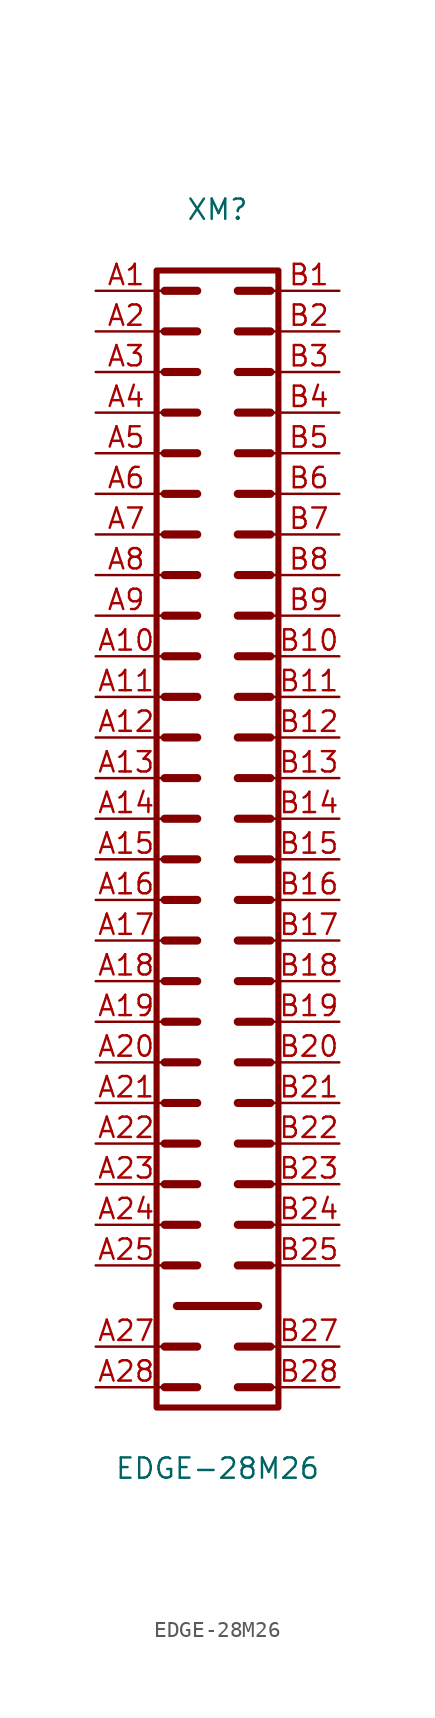
<source format=kicad_sym>
(kicad_symbol_lib
  (version 20231120)
  (generator "kicad_symbol_editor")
  (generator_version "8.0")
  (symbol "EDGE-28M26"
    (pin_names
      (offset 1.016))
    (property "Reference" "XM"
      (at 0 39.37 0)
      (effects (font (size 1.27 1.27))))
    (property "Value" "EDGE-28M26"
      (at 0 -39.37 0)
      (effects (font (size 1.27 1.27))))
    (symbol "EDGE-28M26_0_0"
      (polyline (pts (xy -2.54 -29.21) (xy 2.54 -29.21)) (stroke (width 0.508) (type default)) (fill (type none))))
    (symbol "EDGE-28M26_0_1"
      (rectangle (start -3.81 35.56) (end 3.81 -35.56) (stroke (width 0.381) (type default)) (fill (type none)))
      (polyline (pts (xy -3.81 -34.29) (xy -3.302 -34.29)) (stroke (width 0) (type default)) (fill (type none)))
      (polyline (pts (xy -3.81 -31.75) (xy -3.302 -31.75)) (stroke (width 0) (type default)) (fill (type none)))
      (polyline (pts (xy -3.81 -26.67) (xy -3.302 -26.67)) (stroke (width 0) (type default)) (fill (type none)))
      (polyline (pts (xy -3.81 -24.13) (xy -3.302 -24.13)) (stroke (width 0) (type default)) (fill (type none)))
      (polyline (pts (xy -3.81 -21.59) (xy -3.302 -21.59)) (stroke (width 0) (type default)) (fill (type none)))
      (polyline (pts (xy -3.81 -19.05) (xy -3.302 -19.05)) (stroke (width 0) (type default)) (fill (type none)))
      (polyline (pts (xy -3.81 -16.51) (xy -3.302 -16.51)) (stroke (width 0) (type default)) (fill (type none)))
      (polyline (pts (xy -3.81 -13.97) (xy -3.302 -13.97)) (stroke (width 0) (type default)) (fill (type none)))
      (polyline (pts (xy -3.81 -11.43) (xy -3.302 -11.43)) (stroke (width 0) (type default)) (fill (type none)))
      (polyline (pts (xy -3.81 -8.89) (xy -3.302 -8.89)) (stroke (width 0) (type default)) (fill (type none)))
      (polyline (pts (xy -3.81 -6.35) (xy -3.302 -6.35)) (stroke (width 0) (type default)) (fill (type none)))
      (polyline (pts (xy -3.81 -3.81) (xy -3.302 -3.81)) (stroke (width 0) (type default)) (fill (type none)))
      (polyline (pts (xy -3.81 -1.27) (xy -3.302 -1.27)) (stroke (width 0) (type default)) (fill (type none)))
      (polyline (pts (xy -3.81 1.27) (xy -3.302 1.27)) (stroke (width 0) (type default)) (fill (type none)))
      (polyline (pts (xy -3.81 3.81) (xy -3.302 3.81)) (stroke (width 0) (type default)) (fill (type none)))
      (polyline (pts (xy -3.81 6.35) (xy -3.302 6.35)) (stroke (width 0) (type default)) (fill (type none)))
      (polyline (pts (xy -3.81 8.89) (xy -3.302 8.89)) (stroke (width 0) (type default)) (fill (type none)))
      (polyline (pts (xy -3.81 11.43) (xy -3.302 11.43)) (stroke (width 0) (type default)) (fill (type none)))
      (polyline (pts (xy -3.81 13.97) (xy -3.302 13.97)) (stroke (width 0) (type default)) (fill (type none)))
      (polyline (pts (xy -3.81 16.51) (xy -3.302 16.51)) (stroke (width 0) (type default)) (fill (type none)))
      (polyline (pts (xy -3.81 19.05) (xy -3.302 19.05)) (stroke (width 0) (type default)) (fill (type none)))
      (polyline (pts (xy -3.81 21.59) (xy -3.302 21.59)) (stroke (width 0) (type default)) (fill (type none)))
      (polyline (pts (xy -3.81 24.13) (xy -3.302 24.13)) (stroke (width 0) (type default)) (fill (type none)))
      (polyline (pts (xy -3.81 26.67) (xy -3.302 26.67)) (stroke (width 0) (type default)) (fill (type none)))
      (polyline (pts (xy -3.81 29.21) (xy -3.302 29.21)) (stroke (width 0) (type default)) (fill (type none)))
      (polyline (pts (xy -3.81 31.75) (xy -3.302 31.75)) (stroke (width 0) (type default)) (fill (type none)))
      (polyline (pts (xy -3.81 34.29) (xy -3.302 34.29)) (stroke (width 0) (type default)) (fill (type none)))
      (polyline (pts (xy -3.302 -34.29) (xy -1.27 -34.29)) (stroke (width 0.508) (type default)) (fill (type none)))
      (polyline (pts (xy -3.302 -31.75) (xy -1.27 -31.75)) (stroke (width 0.508) (type default)) (fill (type none)))
      (polyline (pts (xy -3.302 -26.67) (xy -1.27 -26.67)) (stroke (width 0.508) (type default)) (fill (type none)))
      (polyline (pts (xy -3.302 -24.13) (xy -1.27 -24.13)) (stroke (width 0.508) (type default)) (fill (type none)))
      (polyline (pts (xy -3.302 -21.59) (xy -1.27 -21.59)) (stroke (width 0.508) (type default)) (fill (type none)))
      (polyline (pts (xy -3.302 -19.05) (xy -1.27 -19.05)) (stroke (width 0.508) (type default)) (fill (type none)))
      (polyline (pts (xy -3.302 -16.51) (xy -1.27 -16.51)) (stroke (width 0.508) (type default)) (fill (type none)))
      (polyline (pts (xy -3.302 -13.97) (xy -1.27 -13.97)) (stroke (width 0.508) (type default)) (fill (type none)))
      (polyline (pts (xy -3.302 -11.43) (xy -1.27 -11.43)) (stroke (width 0.508) (type default)) (fill (type none)))
      (polyline (pts (xy -3.302 -8.89) (xy -1.27 -8.89)) (stroke (width 0.508) (type default)) (fill (type none)))
      (polyline (pts (xy -3.302 -6.35) (xy -1.27 -6.35)) (stroke (width 0.508) (type default)) (fill (type none)))
      (polyline (pts (xy -3.302 -3.81) (xy -1.27 -3.81)) (stroke (width 0.508) (type default)) (fill (type none)))
      (polyline (pts (xy -3.302 -1.27) (xy -1.27 -1.27)) (stroke (width 0.508) (type default)) (fill (type none)))
      (polyline (pts (xy -3.302 1.27) (xy -1.27 1.27)) (stroke (width 0.508) (type default)) (fill (type none)))
      (polyline (pts (xy -3.302 3.81) (xy -1.27 3.81)) (stroke (width 0.508) (type default)) (fill (type none)))
      (polyline (pts (xy -3.302 6.35) (xy -1.27 6.35)) (stroke (width 0.508) (type default)) (fill (type none)))
      (polyline (pts (xy -3.302 8.89) (xy -1.27 8.89)) (stroke (width 0.508) (type default)) (fill (type none)))
      (polyline (pts (xy -3.302 11.43) (xy -1.27 11.43)) (stroke (width 0.508) (type default)) (fill (type none)))
      (polyline (pts (xy -3.302 13.97) (xy -1.27 13.97)) (stroke (width 0.508) (type default)) (fill (type none)))
      (polyline (pts (xy -3.302 16.51) (xy -1.27 16.51)) (stroke (width 0.508) (type default)) (fill (type none)))
      (polyline (pts (xy -3.302 19.05) (xy -1.27 19.05)) (stroke (width 0.508) (type default)) (fill (type none)))
      (polyline (pts (xy -3.302 21.59) (xy -1.27 21.59)) (stroke (width 0.508) (type default)) (fill (type none)))
      (polyline (pts (xy -3.302 24.13) (xy -1.27 24.13)) (stroke (width 0.508) (type default)) (fill (type none)))
      (polyline (pts (xy -3.302 26.67) (xy -1.27 26.67)) (stroke (width 0.508) (type default)) (fill (type none)))
      (polyline (pts (xy -3.302 29.21) (xy -1.27 29.21)) (stroke (width 0.508) (type default)) (fill (type none)))
      (polyline (pts (xy -3.302 31.75) (xy -1.27 31.75)) (stroke (width 0.508) (type default)) (fill (type none)))
      (polyline (pts (xy -3.302 34.29) (xy -1.27 34.29)) (stroke (width 0.508) (type default)) (fill (type none)))
      (polyline (pts (xy 3.302 -34.29) (xy 1.27 -34.29)) (stroke (width 0.508) (type default)) (fill (type none)))
      (polyline (pts (xy 3.302 -31.75) (xy 1.27 -31.75)) (stroke (width 0.508) (type default)) (fill (type none)))
      (polyline (pts (xy 3.302 -26.67) (xy 1.27 -26.67)) (stroke (width 0.508) (type default)) (fill (type none)))
      (polyline (pts (xy 3.302 -24.13) (xy 1.27 -24.13)) (stroke (width 0.508) (type default)) (fill (type none)))
      (polyline (pts (xy 3.302 -21.59) (xy 1.27 -21.59)) (stroke (width 0.508) (type default)) (fill (type none)))
      (polyline (pts (xy 3.302 -19.05) (xy 1.27 -19.05)) (stroke (width 0.508) (type default)) (fill (type none)))
      (polyline (pts (xy 3.302 -16.51) (xy 1.27 -16.51)) (stroke (width 0.508) (type default)) (fill (type none)))
      (polyline (pts (xy 3.302 -13.97) (xy 1.27 -13.97)) (stroke (width 0.508) (type default)) (fill (type none)))
      (polyline (pts (xy 3.302 -11.43) (xy 1.27 -11.43)) (stroke (width 0.508) (type default)) (fill (type none)))
      (polyline (pts (xy 3.302 -8.89) (xy 1.27 -8.89)) (stroke (width 0.508) (type default)) (fill (type none)))
      (polyline (pts (xy 3.302 -6.35) (xy 1.27 -6.35)) (stroke (width 0.508) (type default)) (fill (type none)))
      (polyline (pts (xy 3.302 -3.81) (xy 1.27 -3.81)) (stroke (width 0.508) (type default)) (fill (type none)))
      (polyline (pts (xy 3.302 -1.27) (xy 1.27 -1.27)) (stroke (width 0.508) (type default)) (fill (type none)))
      (polyline (pts (xy 3.302 1.27) (xy 1.27 1.27)) (stroke (width 0.508) (type default)) (fill (type none)))
      (polyline (pts (xy 3.302 3.81) (xy 1.27 3.81)) (stroke (width 0.508) (type default)) (fill (type none)))
      (polyline (pts (xy 3.302 6.35) (xy 1.27 6.35)) (stroke (width 0.508) (type default)) (fill (type none)))
      (polyline (pts (xy 3.302 8.89) (xy 1.27 8.89)) (stroke (width 0.508) (type default)) (fill (type none)))
      (polyline (pts (xy 3.302 11.43) (xy 1.27 11.43)) (stroke (width 0.508) (type default)) (fill (type none)))
      (polyline (pts (xy 3.302 13.97) (xy 1.27 13.97)) (stroke (width 0.508) (type default)) (fill (type none)))
      (polyline (pts (xy 3.302 16.51) (xy 1.27 16.51)) (stroke (width 0.508) (type default)) (fill (type none)))
      (polyline (pts (xy 3.302 19.05) (xy 1.27 19.05)) (stroke (width 0.508) (type default)) (fill (type none)))
      (polyline (pts (xy 3.302 21.59) (xy 1.27 21.59)) (stroke (width 0.508) (type default)) (fill (type none)))
      (polyline (pts (xy 3.302 24.13) (xy 1.27 24.13)) (stroke (width 0.508) (type default)) (fill (type none)))
      (polyline (pts (xy 3.302 26.67) (xy 1.27 26.67)) (stroke (width 0.508) (type default)) (fill (type none)))
      (polyline (pts (xy 3.302 29.21) (xy 1.27 29.21)) (stroke (width 0.508) (type default)) (fill (type none)))
      (polyline (pts (xy 3.302 31.75) (xy 1.27 31.75)) (stroke (width 0.508) (type default)) (fill (type none)))
      (polyline (pts (xy 3.302 34.29) (xy 1.27 34.29)) (stroke (width 0.508) (type default)) (fill (type none)))
      (polyline (pts (xy 3.81 -34.29) (xy 3.302 -34.29)) (stroke (width 0) (type default)) (fill (type none)))
      (polyline (pts (xy 3.81 -31.75) (xy 3.302 -31.75)) (stroke (width 0) (type default)) (fill (type none)))
      (polyline (pts (xy 3.81 -26.67) (xy 3.302 -26.67)) (stroke (width 0) (type default)) (fill (type none)))
      (polyline (pts (xy 3.81 -24.13) (xy 3.302 -24.13)) (stroke (width 0) (type default)) (fill (type none)))
      (polyline (pts (xy 3.81 -21.59) (xy 3.302 -21.59)) (stroke (width 0) (type default)) (fill (type none)))
      (polyline (pts (xy 3.81 -19.05) (xy 3.302 -19.05)) (stroke (width 0) (type default)) (fill (type none)))
      (polyline (pts (xy 3.81 -16.51) (xy 3.302 -16.51)) (stroke (width 0) (type default)) (fill (type none)))
      (polyline (pts (xy 3.81 -13.97) (xy 3.302 -13.97)) (stroke (width 0) (type default)) (fill (type none)))
      (polyline (pts (xy 3.81 -11.43) (xy 3.302 -11.43)) (stroke (width 0) (type default)) (fill (type none)))
      (polyline (pts (xy 3.81 -8.89) (xy 3.302 -8.89)) (stroke (width 0) (type default)) (fill (type none)))
      (polyline (pts (xy 3.81 -6.35) (xy 3.302 -6.35)) (stroke (width 0) (type default)) (fill (type none)))
      (polyline (pts (xy 3.81 -3.81) (xy 3.302 -3.81)) (stroke (width 0) (type default)) (fill (type none)))
      (polyline (pts (xy 3.81 -1.27) (xy 3.302 -1.27)) (stroke (width 0) (type default)) (fill (type none)))
      (polyline (pts (xy 3.81 1.27) (xy 3.302 1.27)) (stroke (width 0) (type default)) (fill (type none)))
      (polyline (pts (xy 3.81 3.81) (xy 3.302 3.81)) (stroke (width 0) (type default)) (fill (type none)))
      (polyline (pts (xy 3.81 6.35) (xy 3.302 6.35)) (stroke (width 0) (type default)) (fill (type none)))
      (polyline (pts (xy 3.81 8.89) (xy 3.302 8.89)) (stroke (width 0) (type default)) (fill (type none)))
      (polyline (pts (xy 3.81 11.43) (xy 3.302 11.43)) (stroke (width 0) (type default)) (fill (type none)))
      (polyline (pts (xy 3.81 13.97) (xy 3.302 13.97)) (stroke (width 0) (type default)) (fill (type none)))
      (polyline (pts (xy 3.81 16.51) (xy 3.302 16.51)) (stroke (width 0) (type default)) (fill (type none)))
      (polyline (pts (xy 3.81 19.05) (xy 3.302 19.05)) (stroke (width 0) (type default)) (fill (type none)))
      (polyline (pts (xy 3.81 21.59) (xy 3.302 21.59)) (stroke (width 0) (type default)) (fill (type none)))
      (polyline (pts (xy 3.81 24.13) (xy 3.302 24.13)) (stroke (width 0) (type default)) (fill (type none)))
      (polyline (pts (xy 3.81 26.67) (xy 3.302 26.67)) (stroke (width 0) (type default)) (fill (type none)))
      (polyline (pts (xy 3.81 29.21) (xy 3.302 29.21)) (stroke (width 0) (type default)) (fill (type none)))
      (polyline (pts (xy 3.81 31.75) (xy 3.302 31.75)) (stroke (width 0) (type default)) (fill (type none)))
      (polyline (pts (xy 3.81 34.29) (xy 3.302 34.29)) (stroke (width 0) (type default)) (fill (type none))))
    (symbol "EDGE-28M26_1_1"
      (pin passive line (at -7.62 34.29 0) (length 3.81) (name "~" (effects (font (size 1.27 1.27)))) (number "A1" (effects (font (size 1.27 1.27)))))
      (pin passive line (at -7.62 11.43 0) (length 3.81) (name "~" (effects (font (size 1.27 1.27)))) (number "A10" (effects (font (size 1.27 1.27)))))
      (pin passive line (at -7.62 8.89 0) (length 3.81) (name "~" (effects (font (size 1.27 1.27)))) (number "A11" (effects (font (size 1.27 1.27)))))
      (pin passive line (at -7.62 6.35 0) (length 3.81) (name "~" (effects (font (size 1.27 1.27)))) (number "A12" (effects (font (size 1.27 1.27)))))
      (pin passive line (at -7.62 3.81 0) (length 3.81) (name "~" (effects (font (size 1.27 1.27)))) (number "A13" (effects (font (size 1.27 1.27)))))
      (pin passive line (at -7.62 1.27 0) (length 3.81) (name "~" (effects (font (size 1.27 1.27)))) (number "A14" (effects (font (size 1.27 1.27)))))
      (pin passive line (at -7.62 -1.27 0) (length 3.81) (name "~" (effects (font (size 1.27 1.27)))) (number "A15" (effects (font (size 1.27 1.27)))))
      (pin passive line (at -7.62 -3.81 0) (length 3.81) (name "~" (effects (font (size 1.27 1.27)))) (number "A16" (effects (font (size 1.27 1.27)))))
      (pin passive line (at -7.62 -6.35 0) (length 3.81) (name "~" (effects (font (size 1.27 1.27)))) (number "A17" (effects (font (size 1.27 1.27)))))
      (pin passive line (at -7.62 -8.89 0) (length 3.81) (name "~" (effects (font (size 1.27 1.27)))) (number "A18" (effects (font (size 1.27 1.27)))))
      (pin passive line (at -7.62 -11.43 0) (length 3.81) (name "~" (effects (font (size 1.27 1.27)))) (number "A19" (effects (font (size 1.27 1.27)))))
      (pin passive line (at -7.62 31.75 0) (length 3.81) (name "~" (effects (font (size 1.27 1.27)))) (number "A2" (effects (font (size 1.27 1.27)))))
      (pin passive line (at -7.62 -13.97 0) (length 3.81) (name "~" (effects (font (size 1.27 1.27)))) (number "A20" (effects (font (size 1.27 1.27)))))
      (pin passive line (at -7.62 -16.51 0) (length 3.81) (name "~" (effects (font (size 1.27 1.27)))) (number "A21" (effects (font (size 1.27 1.27)))))
      (pin passive line (at -7.62 -19.05 0) (length 3.81) (name "~" (effects (font (size 1.27 1.27)))) (number "A22" (effects (font (size 1.27 1.27)))))
      (pin passive line (at -7.62 -21.59 0) (length 3.81) (name "~" (effects (font (size 1.27 1.27)))) (number "A23" (effects (font (size 1.27 1.27)))))
      (pin passive line (at -7.62 -24.13 0) (length 3.81) (name "~" (effects (font (size 1.27 1.27)))) (number "A24" (effects (font (size 1.27 1.27)))))
      (pin passive line (at -7.62 -26.67 0) (length 3.81) (name "~" (effects (font (size 1.27 1.27)))) (number "A25" (effects (font (size 1.27 1.27)))))
      (pin passive line (at -7.62 -31.75 0) (length 3.81) (name "~" (effects (font (size 1.27 1.27)))) (number "A27" (effects (font (size 1.27 1.27)))))
      (pin passive line (at -7.62 -34.29 0) (length 3.81) (name "~" (effects (font (size 1.27 1.27)))) (number "A28" (effects (font (size 1.27 1.27)))))
      (pin passive line (at -7.62 29.21 0) (length 3.81) (name "~" (effects (font (size 1.27 1.27)))) (number "A3" (effects (font (size 1.27 1.27)))))
      (pin passive line (at -7.62 26.67 0) (length 3.81) (name "~" (effects (font (size 1.27 1.27)))) (number "A4" (effects (font (size 1.27 1.27)))))
      (pin passive line (at -7.62 24.13 0) (length 3.81) (name "~" (effects (font (size 1.27 1.27)))) (number "A5" (effects (font (size 1.27 1.27)))))
      (pin passive line (at -7.62 21.59 0) (length 3.81) (name "~" (effects (font (size 1.27 1.27)))) (number "A6" (effects (font (size 1.27 1.27)))))
      (pin passive line (at -7.62 19.05 0) (length 3.81) (name "~" (effects (font (size 1.27 1.27)))) (number "A7" (effects (font (size 1.27 1.27)))))
      (pin passive line (at -7.62 16.51 0) (length 3.81) (name "~" (effects (font (size 1.27 1.27)))) (number "A8" (effects (font (size 1.27 1.27)))))
      (pin passive line (at -7.62 13.97 0) (length 3.81) (name "~" (effects (font (size 1.27 1.27)))) (number "A9" (effects (font (size 1.27 1.27)))))
      (pin passive line (at 7.62 34.29 180) (length 3.81) (name "~" (effects (font (size 1.27 1.27)))) (number "B1" (effects (font (size 1.27 1.27)))))
      (pin passive line (at 7.62 11.43 180) (length 3.81) (name "~" (effects (font (size 1.27 1.27)))) (number "B10" (effects (font (size 1.27 1.27)))))
      (pin passive line (at 7.62 8.89 180) (length 3.81) (name "~" (effects (font (size 1.27 1.27)))) (number "B11" (effects (font (size 1.27 1.27)))))
      (pin passive line (at 7.62 6.35 180) (length 3.81) (name "~" (effects (font (size 1.27 1.27)))) (number "B12" (effects (font (size 1.27 1.27)))))
      (pin passive line (at 7.62 3.81 180) (length 3.81) (name "~" (effects (font (size 1.27 1.27)))) (number "B13" (effects (font (size 1.27 1.27)))))
      (pin passive line (at 7.62 1.27 180) (length 3.81) (name "~" (effects (font (size 1.27 1.27)))) (number "B14" (effects (font (size 1.27 1.27)))))
      (pin passive line (at 7.62 -1.27 180) (length 3.81) (name "~" (effects (font (size 1.27 1.27)))) (number "B15" (effects (font (size 1.27 1.27)))))
      (pin passive line (at 7.62 -3.81 180) (length 3.81) (name "~" (effects (font (size 1.27 1.27)))) (number "B16" (effects (font (size 1.27 1.27)))))
      (pin passive line (at 7.62 -6.35 180) (length 3.81) (name "~" (effects (font (size 1.27 1.27)))) (number "B17" (effects (font (size 1.27 1.27)))))
      (pin passive line (at 7.62 -8.89 180) (length 3.81) (name "~" (effects (font (size 1.27 1.27)))) (number "B18" (effects (font (size 1.27 1.27)))))
      (pin passive line (at 7.62 -11.43 180) (length 3.81) (name "~" (effects (font (size 1.27 1.27)))) (number "B19" (effects (font (size 1.27 1.27)))))
      (pin passive line (at 7.62 31.75 180) (length 3.81) (name "~" (effects (font (size 1.27 1.27)))) (number "B2" (effects (font (size 1.27 1.27)))))
      (pin passive line (at 7.62 -13.97 180) (length 3.81) (name "~" (effects (font (size 1.27 1.27)))) (number "B20" (effects (font (size 1.27 1.27)))))
      (pin passive line (at 7.62 -16.51 180) (length 3.81) (name "~" (effects (font (size 1.27 1.27)))) (number "B21" (effects (font (size 1.27 1.27)))))
      (pin passive line (at 7.62 -19.05 180) (length 3.81) (name "~" (effects (font (size 1.27 1.27)))) (number "B22" (effects (font (size 1.27 1.27)))))
      (pin passive line (at 7.62 -21.59 180) (length 3.81) (name "~" (effects (font (size 1.27 1.27)))) (number "B23" (effects (font (size 1.27 1.27)))))
      (pin passive line (at 7.62 -24.13 180) (length 3.81) (name "~" (effects (font (size 1.27 1.27)))) (number "B24" (effects (font (size 1.27 1.27)))))
      (pin passive line (at 7.62 -26.67 180) (length 3.81) (name "~" (effects (font (size 1.27 1.27)))) (number "B25" (effects (font (size 1.27 1.27)))))
      (pin passive line (at 7.62 -31.75 180) (length 3.81) (name "~" (effects (font (size 1.27 1.27)))) (number "B27" (effects (font (size 1.27 1.27)))))
      (pin passive line (at 7.62 -34.29 180) (length 3.81) (name "~" (effects (font (size 1.27 1.27)))) (number "B28" (effects (font (size 1.27 1.27)))))
      (pin passive line (at 7.62 29.21 180) (length 3.81) (name "~" (effects (font (size 1.27 1.27)))) (number "B3" (effects (font (size 1.27 1.27)))))
      (pin passive line (at 7.62 26.67 180) (length 3.81) (name "~" (effects (font (size 1.27 1.27)))) (number "B4" (effects (font (size 1.27 1.27)))))
      (pin passive line (at 7.62 24.13 180) (length 3.81) (name "~" (effects (font (size 1.27 1.27)))) (number "B5" (effects (font (size 1.27 1.27)))))
      (pin passive line (at 7.62 21.59 180) (length 3.81) (name "~" (effects (font (size 1.27 1.27)))) (number "B6" (effects (font (size 1.27 1.27)))))
      (pin passive line (at 7.62 19.05 180) (length 3.81) (name "~" (effects (font (size 1.27 1.27)))) (number "B7" (effects (font (size 1.27 1.27)))))
      (pin passive line (at 7.62 16.51 180) (length 3.81) (name "~" (effects (font (size 1.27 1.27)))) (number "B8" (effects (font (size 1.27 1.27)))))
      (pin passive line (at 7.62 13.97 180) (length 3.81) (name "~" (effects (font (size 1.27 1.27)))) (number "B9" (effects (font (size 1.27 1.27))))))))
</source>
